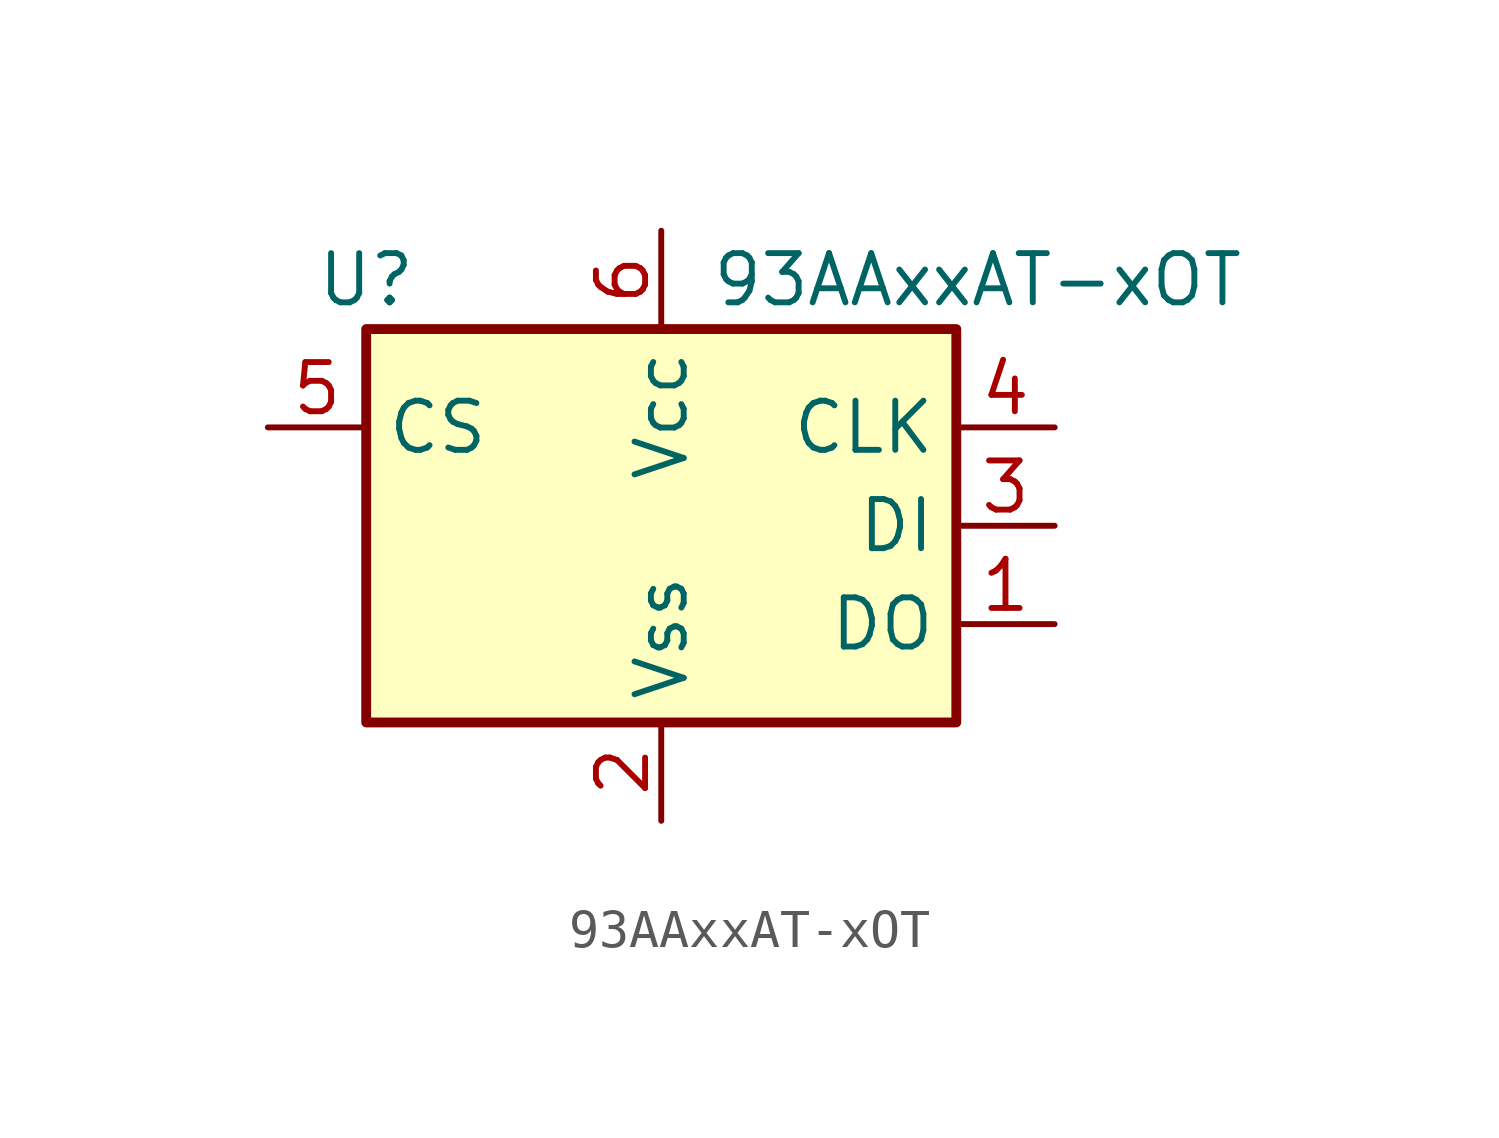
<source format=kicad_sym>
(kicad_symbol_lib
  (version 20211014)
  (generator kicad_symbol_editor)
  (symbol "93AAxxAT-xOT"
    (property "Reference" "U"
      (at -7.62 6.35 0)
      (effects (font (size 1.27 1.27))))
    (property "Value" "93AAxxAT-xOT"
      (at 1.27 6.35 0)
      (effects (font (size 1.27 1.27)) (justify left)))
    (symbol "93AAxxAT-xOT_1_1"
      (rectangle (start -7.62 5.08) (end 7.62 -5.08) (stroke (width 0.254) (type default) (color 0 0 0 0)) (fill (type background)))
      (pin tri_state line (at 10.16 -2.54 180) (length 2.54) (name "DO" (effects (font (size 1.27 1.27)))) (number "1" (effects (font (size 1.27 1.27)))))
      (pin power_in line (at 0 -7.62 90) (length 2.54) (name "Vss" (effects (font (size 1.27 1.27)))) (number "2" (effects (font (size 1.27 1.27)))))
      (pin input line (at 10.16 0 180) (length 2.54) (name "DI" (effects (font (size 1.27 1.27)))) (number "3" (effects (font (size 1.27 1.27)))))
      (pin input line (at 10.16 2.54 180) (length 2.54) (name "CLK" (effects (font (size 1.27 1.27)))) (number "4" (effects (font (size 1.27 1.27)))))
      (pin input line (at -10.16 2.54 0) (length 2.54) (name "CS" (effects (font (size 1.27 1.27)))) (number "5" (effects (font (size 1.27 1.27)))))
      (pin power_in line (at 0 7.62 270) (length 2.54) (name "Vсс" (effects (font (size 1.27 1.27)))) (number "6" (effects (font (size 1.27 1.27))))))))
</source>
